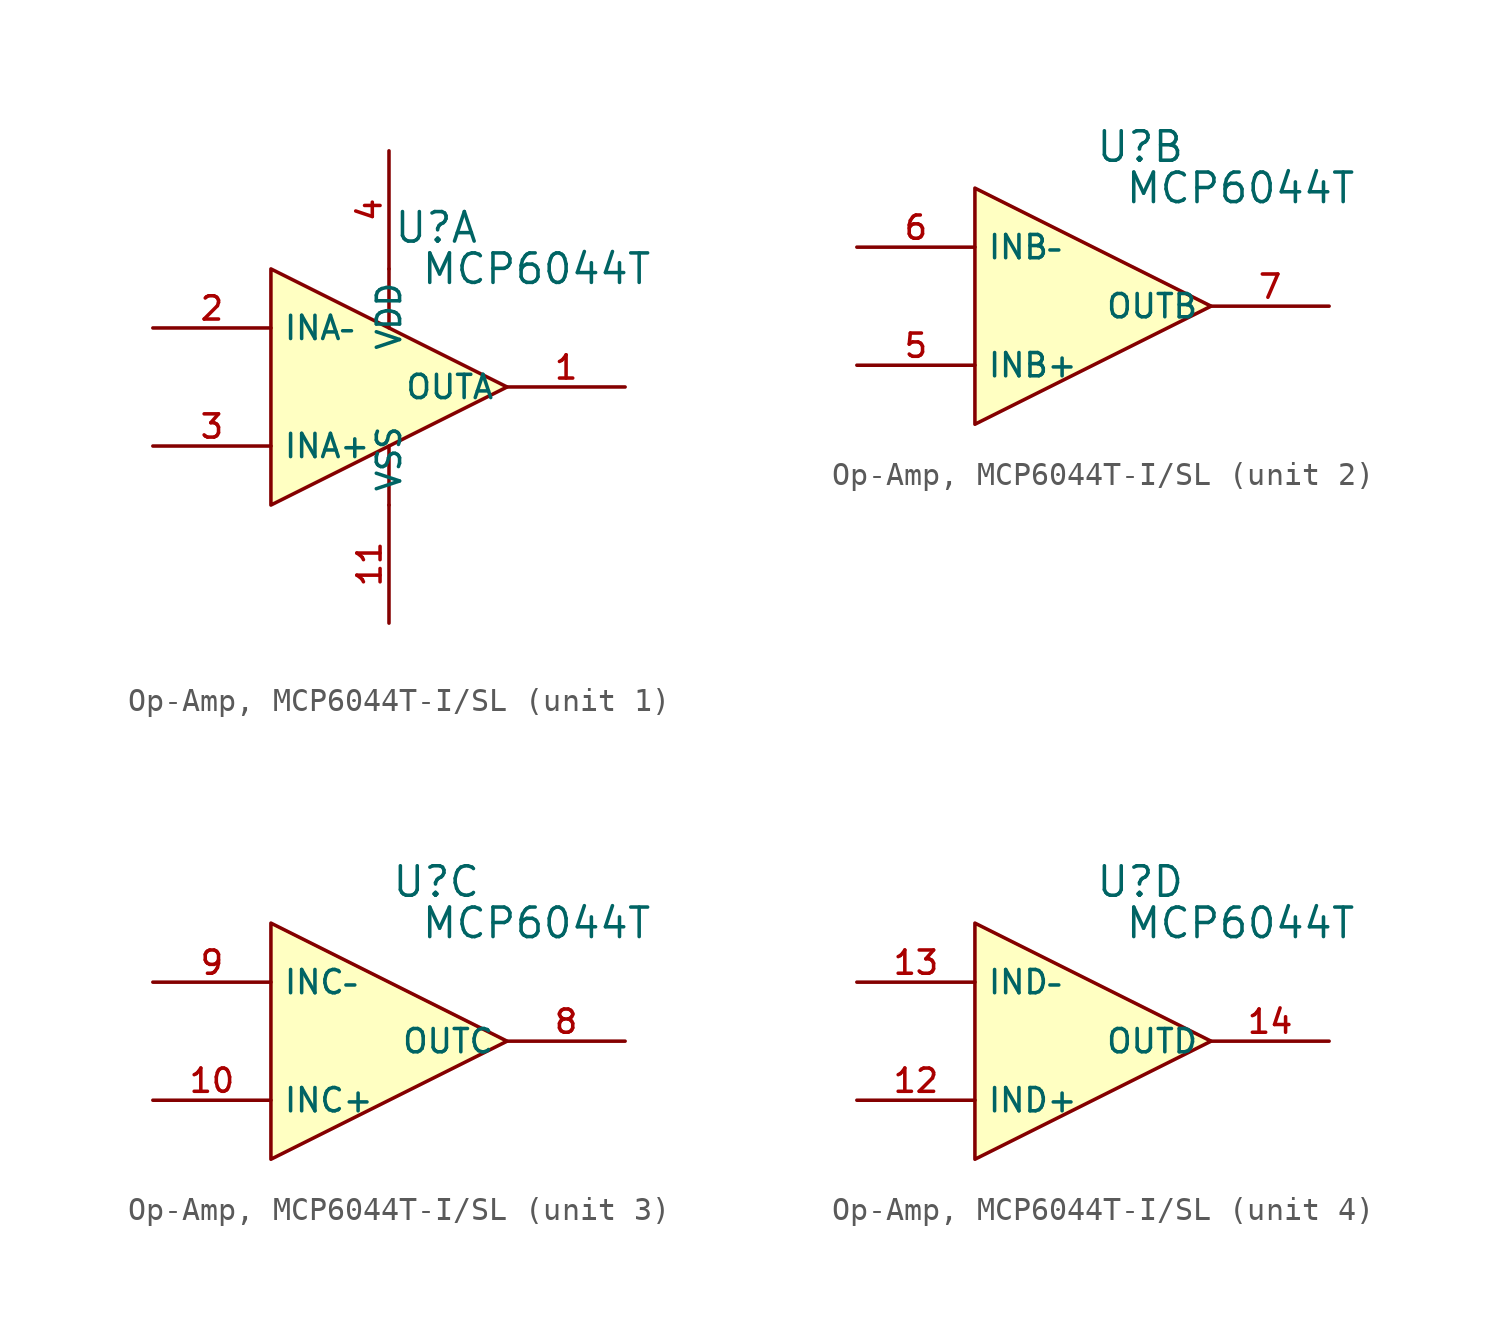
<source format=kicad_sym>
(kicad_symbol_lib
  (version 20231120)
  (generator "CDFER_Archive_Tool")
  (generator_version "0.0")
  (symbol "Op-Amp, MCP6044T-I/SL"
    (property "Reference" "U"
      (at 2.032 6.858 0)
      (effects (font (size 1.27 1.27))))
    (property "Value" "MCP6044T"
      (at 6.35 5.08 0)
      (effects (font (size 1.27 1.27))))
    (symbol "Op-Amp, MCP6044T-I/SL_1_1"
      (polyline (pts (xy 0 -2.54) (xy 0 -5.08)) (stroke (width 0) (type default)) (fill (type none)))
      (polyline (pts (xy 0 5.08) (xy 0 2.54)) (stroke (width 0) (type default)) (fill (type none)))
      (polyline (pts (xy -5.08 -5.08) (xy 5.08 0) (xy -5.08 5.08) (xy -5.08 -5.08)) (stroke (width 0) (type default)) (fill (type background)))
      (pin output line (at 10.16 0 180) (length 5.08) (name "OUTA" (effects (font (size 1 1)))) (number "1" (effects (font (size 1 1)))))
      (pin power_in line (at 0 -10.16 90) (length 5.08) (name "VSS" (effects (font (size 1 1)))) (number "11" (effects (font (size 1 1)))))
      (pin unspecified line (at -10.16 2.54 0) (length 5.08) (name "INA–" (effects (font (size 1 1)))) (number "2" (effects (font (size 1 1)))))
      (pin unspecified line (at -10.16 -2.54 0) (length 5.08) (name "INA+" (effects (font (size 1 1)))) (number "3" (effects (font (size 1 1)))))
      (pin power_in line (at 0 10.16 270) (length 5.08) (name "VDD" (effects (font (size 1 1)))) (number "4" (effects (font (size 1 1))))))
    (symbol "Op-Amp, MCP6044T-I/SL_2_1"
      (polyline (pts (xy -5.08 -5.08) (xy 5.08 0) (xy -5.08 5.08) (xy -5.08 -5.08)) (stroke (width 0) (type default)) (fill (type background)))
      (pin unspecified line (at -10.16 -2.54 0) (length 5.08) (name "INB+" (effects (font (size 1 1)))) (number "5" (effects (font (size 1 1)))))
      (pin unspecified line (at -10.16 2.54 0) (length 5.08) (name "INB–" (effects (font (size 1 1)))) (number "6" (effects (font (size 1 1)))))
      (pin output line (at 10.16 0 180) (length 5.08) (name "OUTB" (effects (font (size 1 1)))) (number "7" (effects (font (size 1 1))))))
    (symbol "Op-Amp, MCP6044T-I/SL_3_1"
      (polyline (pts (xy -5.08 -5.08) (xy 5.08 0) (xy -5.08 5.08) (xy -5.08 -5.08)) (stroke (width 0) (type default)) (fill (type background)))
      (pin unspecified line (at -10.16 -2.54 0) (length 5.08) (name "INC+" (effects (font (size 1 1)))) (number "10" (effects (font (size 1 1)))))
      (pin output line (at 10.16 0 180) (length 5.08) (name "OUTC" (effects (font (size 1 1)))) (number "8" (effects (font (size 1 1)))))
      (pin unspecified line (at -10.16 2.54 0) (length 5.08) (name "INC–" (effects (font (size 1 1)))) (number "9" (effects (font (size 1 1))))))
    (symbol "Op-Amp, MCP6044T-I/SL_4_1"
      (polyline (pts (xy -5.08 -5.08) (xy 5.08 0) (xy -5.08 5.08) (xy -5.08 -5.08)) (stroke (width 0) (type default)) (fill (type background)))
      (pin unspecified line (at -10.16 -2.54 0) (length 5.08) (name "IND+" (effects (font (size 1 1)))) (number "12" (effects (font (size 1 1)))))
      (pin unspecified line (at -10.16 2.54 0) (length 5.08) (name "IND–" (effects (font (size 1 1)))) (number "13" (effects (font (size 1 1)))))
      (pin output line (at 10.16 0 180) (length 5.08) (name "OUTD" (effects (font (size 1 1)))) (number "14" (effects (font (size 1 1))))))))
</source>
